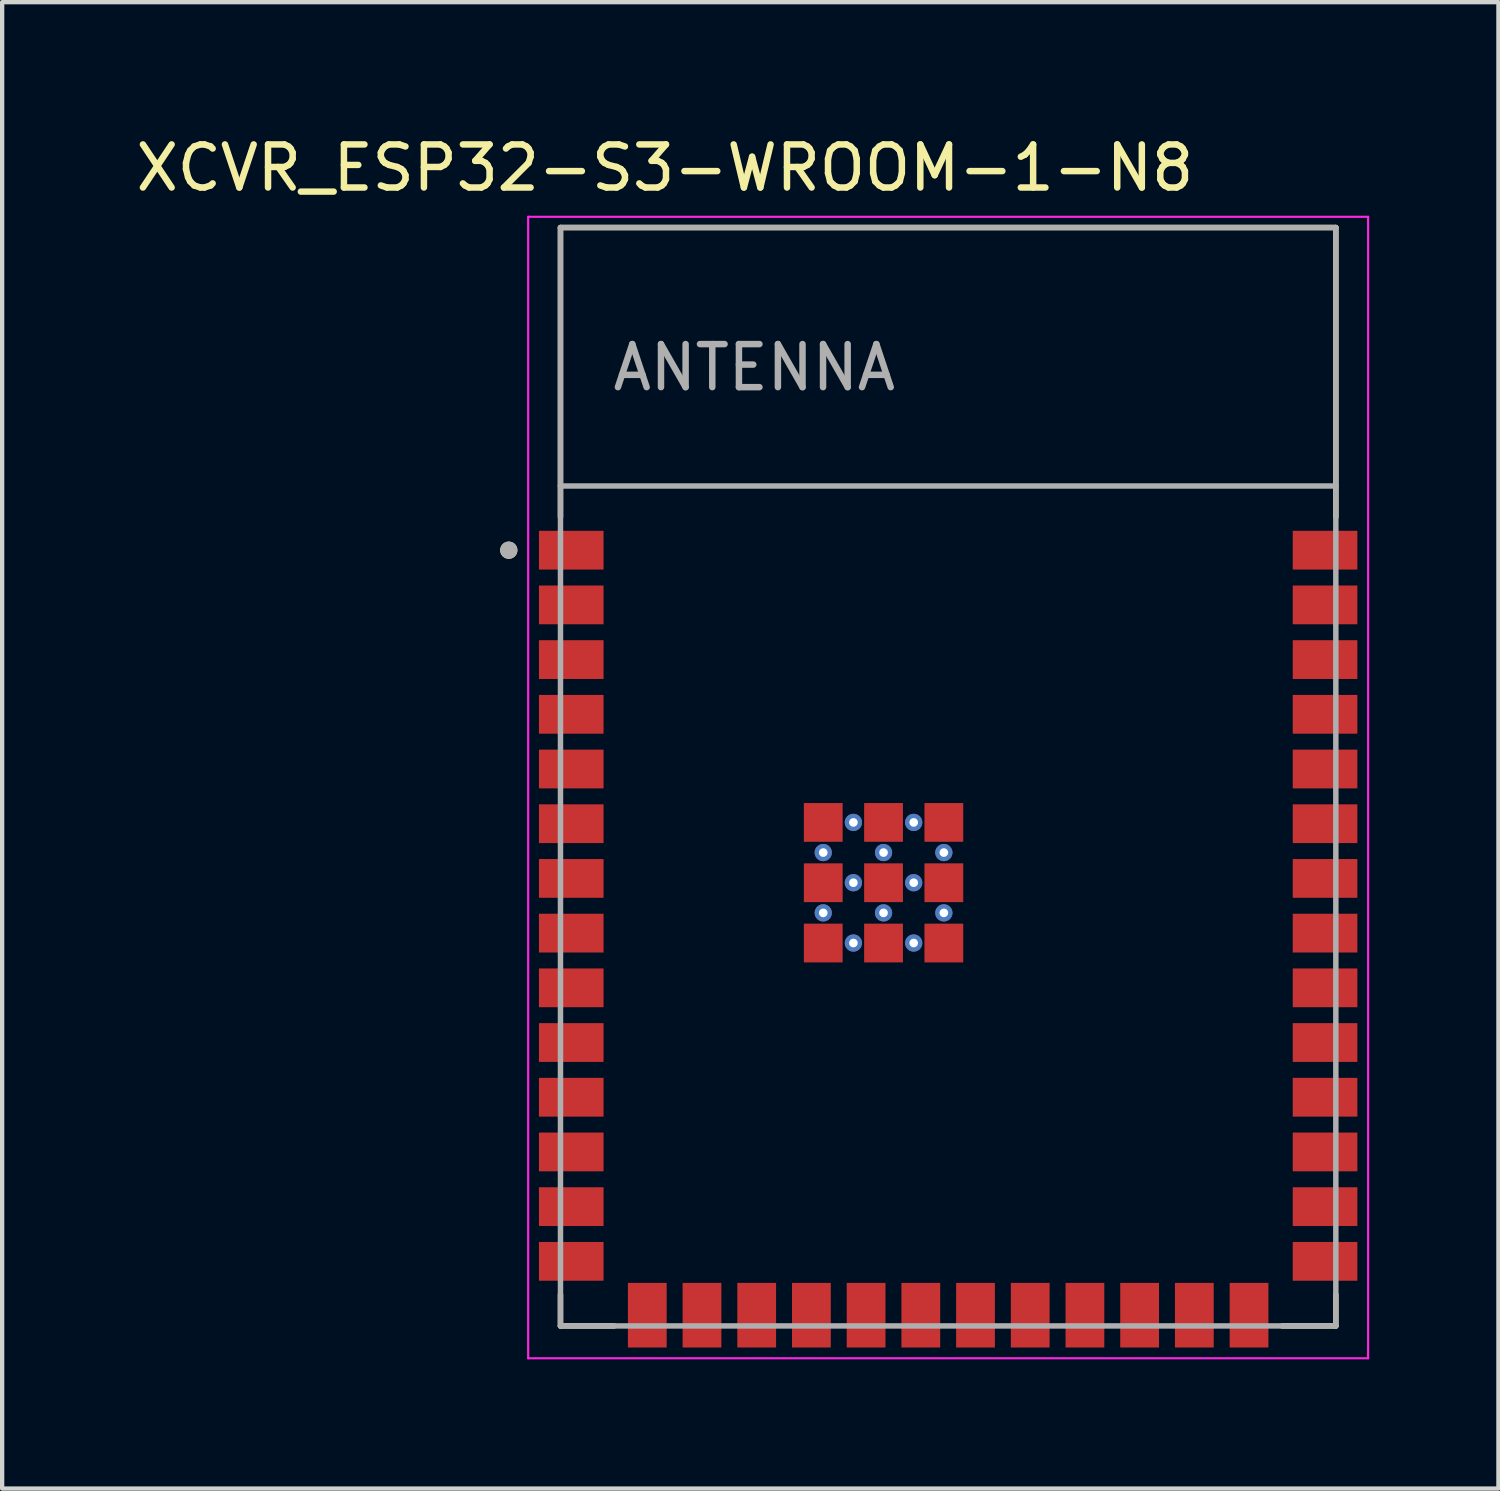
<source format=kicad_pcb>
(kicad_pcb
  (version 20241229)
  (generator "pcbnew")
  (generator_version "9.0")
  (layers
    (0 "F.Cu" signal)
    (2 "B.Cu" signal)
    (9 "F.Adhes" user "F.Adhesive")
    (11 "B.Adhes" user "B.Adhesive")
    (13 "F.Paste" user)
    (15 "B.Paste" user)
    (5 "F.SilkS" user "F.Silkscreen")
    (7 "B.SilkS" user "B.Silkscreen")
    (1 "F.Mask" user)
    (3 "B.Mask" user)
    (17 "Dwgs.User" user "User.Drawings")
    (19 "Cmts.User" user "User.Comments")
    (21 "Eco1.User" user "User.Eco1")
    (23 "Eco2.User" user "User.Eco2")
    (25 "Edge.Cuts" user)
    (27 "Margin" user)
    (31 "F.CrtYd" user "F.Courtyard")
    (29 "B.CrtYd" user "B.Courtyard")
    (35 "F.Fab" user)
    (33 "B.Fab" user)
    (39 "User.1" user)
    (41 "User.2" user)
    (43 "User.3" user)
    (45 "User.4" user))
  (footprint "XCVR_ESP32-S3-WROOM-1-N8"
    (layer "F.Cu")
    (at 18.962 14.983)
    (property "Reference" "XCVR_ESP32-S3-WROOM-1-N8" (at -6.575 -14.135 0) (layer "F.SilkS") (effects (font (size 1 1) (thickness 0.15))))
    (attr smd)
    (fp_line (start -9 -12.75) (end 9 -12.75) (stroke (width 0.127) (type solid)) (layer "F.SilkS"))
    (fp_line (start -9 -6.03) (end -9 -12.75) (stroke (width 0.127) (type solid)) (layer "F.SilkS"))
    (fp_line (start -9 12.02) (end -9 12.75) (stroke (width 0.127) (type solid)) (layer "F.SilkS"))
    (fp_line (start -9 12.75) (end -7.755 12.75) (stroke (width 0.127) (type solid)) (layer "F.SilkS"))
    (fp_line (start 9 -12.75) (end 9 -6.03) (stroke (width 0.127) (type solid)) (layer "F.SilkS"))
    (fp_line (start 9 12.02) (end 9 12.75) (stroke (width 0.127) (type solid)) (layer "F.SilkS"))
    (fp_line (start 9 12.75) (end 7.755 12.75) (stroke (width 0.127) (type solid)) (layer "F.SilkS"))
    (fp_circle (center -10.2 -5.26) (end -10.1 -5.26) (stroke (width 0.2) (type solid)) (fill no) (layer "F.SilkS"))
    (fp_line (start -9.75 -13) (end 9.75 -13) (stroke (width 0.05) (type solid)) (layer "F.CrtYd"))
    (fp_line (start -9.75 13.5) (end -9.75 -13) (stroke (width 0.05) (type solid)) (layer "F.CrtYd"))
    (fp_line (start -9.75 13.5) (end 9.75 13.5) (stroke (width 0.05) (type solid)) (layer "F.CrtYd"))
    (fp_line (start 9.75 -13) (end 9.75 13.5) (stroke (width 0.05) (type solid)) (layer "F.CrtYd"))
    (fp_line (start -9 -12.75) (end 9 -12.75) (stroke (width 0.127) (type solid)) (layer "F.Fab"))
    (fp_line (start -9 -6.75) (end -9 -12.75) (stroke (width 0.127) (type solid)) (layer "F.Fab"))
    (fp_line (start -9 -6.75) (end 9 -6.75) (stroke (width 0.127) (type solid)) (layer "F.Fab"))
    (fp_line (start -9 12.75) (end -9 -6.75) (stroke (width 0.127) (type solid)) (layer "F.Fab"))
    (fp_line (start 9 -12.75) (end 9 -6.75) (stroke (width 0.127) (type solid)) (layer "F.Fab"))
    (fp_line (start 9 -6.75) (end 9 12.75) (stroke (width 0.127) (type solid)) (layer "F.Fab"))
    (fp_line (start 9 12.75) (end -9 12.75) (stroke (width 0.127) (type solid)) (layer "F.Fab"))
    (fp_circle (center -10.2 -5.26) (end -10.1 -5.26) (stroke (width 0.2) (type solid)) (fill no) (layer "F.Fab"))
    (fp_text user "ANTENNA" (at -4.5 -9.5 0) (layer "F.Fab") (effects (font (size 1 1) (thickness 0.15))))
    (pad "1" smd rect (at -8.75 -5.26) (size 1.5 0.9) (layers "F.Cu" "F.Mask" "F.Paste"))
    (pad "2" smd rect (at -8.75 -3.99) (size 1.5 0.9) (layers "F.Cu" "F.Mask" "F.Paste"))
    (pad "3" smd rect (at -8.75 -2.72) (size 1.5 0.9) (layers "F.Cu" "F.Mask" "F.Paste"))
    (pad "4" smd rect (at -8.75 -1.45) (size 1.5 0.9) (layers "F.Cu" "F.Mask" "F.Paste"))
    (pad "5" smd rect (at -8.75 -0.18) (size 1.5 0.9) (layers "F.Cu" "F.Mask" "F.Paste"))
    (pad "6" smd rect (at -8.75 1.09) (size 1.5 0.9) (layers "F.Cu" "F.Mask" "F.Paste"))
    (pad "7" smd rect (at -8.75 2.36) (size 1.5 0.9) (layers "F.Cu" "F.Mask" "F.Paste"))
    (pad "8" smd rect (at -8.75 3.63) (size 1.5 0.9) (layers "F.Cu" "F.Mask" "F.Paste"))
    (pad "9" smd rect (at -8.75 4.9) (size 1.5 0.9) (layers "F.Cu" "F.Mask" "F.Paste"))
    (pad "10" smd rect (at -8.75 6.17) (size 1.5 0.9) (layers "F.Cu" "F.Mask" "F.Paste"))
    (pad "11" smd rect (at -8.75 7.44) (size 1.5 0.9) (layers "F.Cu" "F.Mask" "F.Paste"))
    (pad "12" smd rect (at -8.75 8.71) (size 1.5 0.9) (layers "F.Cu" "F.Mask" "F.Paste"))
    (pad "13" smd rect (at -8.75 9.98) (size 1.5 0.9) (layers "F.Cu" "F.Mask" "F.Paste"))
    (pad "14" smd rect (at -8.75 11.25) (size 1.5 0.9) (layers "F.Cu" "F.Mask" "F.Paste"))
    (pad "15" smd rect (at -6.985 12.5) (size 0.9 1.5) (layers "F.Cu" "F.Mask" "F.Paste"))
    (pad "16" smd rect (at -5.715 12.5) (size 0.9 1.5) (layers "F.Cu" "F.Mask" "F.Paste"))
    (pad "17" smd rect (at -4.445 12.5) (size 0.9 1.5) (layers "F.Cu" "F.Mask" "F.Paste"))
    (pad "18" smd rect (at -3.175 12.5) (size 0.9 1.5) (layers "F.Cu" "F.Mask" "F.Paste"))
    (pad "19" smd rect (at -1.905 12.5) (size 0.9 1.5) (layers "F.Cu" "F.Mask" "F.Paste"))
    (pad "20" smd rect (at -0.635 12.5) (size 0.9 1.5) (layers "F.Cu" "F.Mask" "F.Paste"))
    (pad "21" smd rect (at 0.635 12.5) (size 0.9 1.5) (layers "F.Cu" "F.Mask" "F.Paste"))
    (pad "22" smd rect (at 1.905 12.5) (size 0.9 1.5) (layers "F.Cu" "F.Mask" "F.Paste"))
    (pad "23" smd rect (at 3.175 12.5) (size 0.9 1.5) (layers "F.Cu" "F.Mask" "F.Paste"))
    (pad "24" smd rect (at 4.445 12.5) (size 0.9 1.5) (layers "F.Cu" "F.Mask" "F.Paste"))
    (pad "25" smd rect (at 5.715 12.5) (size 0.9 1.5) (layers "F.Cu" "F.Mask" "F.Paste"))
    (pad "26" smd rect (at 6.985 12.5) (size 0.9 1.5) (layers "F.Cu" "F.Mask" "F.Paste"))
    (pad "27" smd rect (at 8.75 11.25) (size 1.5 0.9) (layers "F.Cu" "F.Mask" "F.Paste"))
    (pad "28" smd rect (at 8.75 9.98) (size 1.5 0.9) (layers "F.Cu" "F.Mask" "F.Paste"))
    (pad "29" smd rect (at 8.75 8.71) (size 1.5 0.9) (layers "F.Cu" "F.Mask" "F.Paste"))
    (pad "30" smd rect (at 8.75 7.44) (size 1.5 0.9) (layers "F.Cu" "F.Mask" "F.Paste"))
    (pad "31" smd rect (at 8.75 6.17) (size 1.5 0.9) (layers "F.Cu" "F.Mask" "F.Paste"))
    (pad "32" smd rect (at 8.75 4.9) (size 1.5 0.9) (layers "F.Cu" "F.Mask" "F.Paste"))
    (pad "33" smd rect (at 8.75 3.63) (size 1.5 0.9) (layers "F.Cu" "F.Mask" "F.Paste"))
    (pad "34" smd rect (at 8.75 2.36) (size 1.5 0.9) (layers "F.Cu" "F.Mask" "F.Paste"))
    (pad "35" smd rect (at 8.75 1.09) (size 1.5 0.9) (layers "F.Cu" "F.Mask" "F.Paste"))
    (pad "36" smd rect (at 8.75 -0.18) (size 1.5 0.9) (layers "F.Cu" "F.Mask" "F.Paste"))
    (pad "37" smd rect (at 8.75 -1.45) (size 1.5 0.9) (layers "F.Cu" "F.Mask" "F.Paste"))
    (pad "38" smd rect (at 8.75 -2.72) (size 1.5 0.9) (layers "F.Cu" "F.Mask" "F.Paste"))
    (pad "39" smd rect (at 8.75 -3.99) (size 1.5 0.9) (layers "F.Cu" "F.Mask" "F.Paste"))
    (pad "40" smd rect (at 8.75 -5.26) (size 1.5 0.9) (layers "F.Cu" "F.Mask" "F.Paste"))
    (pad "41_1" smd rect (at -1.5 2.46) (size 0.9 0.9) (layers "F.Cu" "F.Mask" "F.Paste"))
    (pad "41_2" smd rect (at -2.9 2.46) (size 0.9 0.9) (layers "F.Cu" "F.Mask" "F.Paste"))
    (pad "41_3" smd rect (at -0.1 2.46) (size 0.9 0.9) (layers "F.Cu" "F.Mask" "F.Paste"))
    (pad "41_4" smd rect (at -2.9 3.86) (size 0.9 0.9) (layers "F.Cu" "F.Mask" "F.Paste"))
    (pad "41_5" smd rect (at -1.5 3.86) (size 0.9 0.9) (layers "F.Cu" "F.Mask" "F.Paste"))
    (pad "41_6" smd rect (at -0.1 3.86) (size 0.9 0.9) (layers "F.Cu" "F.Mask" "F.Paste"))
    (pad "41_7" smd rect (at -2.9 1.06) (size 0.9 0.9) (layers "F.Cu" "F.Mask" "F.Paste"))
    (pad "41_8" smd rect (at -1.5 1.06) (size 0.9 0.9) (layers "F.Cu" "F.Mask" "F.Paste"))
    (pad "41_9" smd rect (at -0.1 1.06) (size 0.9 0.9) (layers "F.Cu" "F.Mask" "F.Paste"))
    (pad "41_10" thru_hole circle (at -1.5 1.76) (size 0.4 0.4) (drill 0.2) (layers "*.Cu"))
    (pad "41_11" thru_hole circle (at -2.9 1.76) (size 0.4 0.4) (drill 0.2) (layers "*.Cu"))
    (pad "41_12" thru_hole circle (at -0.1 1.76) (size 0.4 0.4) (drill 0.2) (layers "*.Cu"))
    (pad "41_13" thru_hole circle (at -2.9 3.16) (size 0.4 0.4) (drill 0.2) (layers "*.Cu"))
    (pad "41_14" thru_hole circle (at -1.5 3.16) (size 0.4 0.4) (drill 0.2) (layers "*.Cu"))
    (pad "41_15" thru_hole circle (at -0.1 3.16) (size 0.4 0.4) (drill 0.2) (layers "*.Cu"))
    (pad "41_16" thru_hole circle (at -2.2 1.06) (size 0.4 0.4) (drill 0.2) (layers "*.Cu"))
    (pad "41_17" thru_hole circle (at -0.8 1.06) (size 0.4 0.4) (drill 0.2) (layers "*.Cu"))
    (pad "41_18" thru_hole circle (at -2.2 2.46) (size 0.4 0.4) (drill 0.2) (layers "*.Cu"))
    (pad "41_19" thru_hole circle (at -0.8 2.46) (size 0.4 0.4) (drill 0.2) (layers "*.Cu"))
    (pad "41_20" thru_hole circle (at -2.2 3.86) (size 0.4 0.4) (drill 0.2) (layers "*.Cu"))
    (pad "41_21" thru_hole circle (at -0.8 3.86) (size 0.4 0.4) (drill 0.2) (layers "*.Cu"))
    (zone (net_name "") (layer "F.Cu") (hatch full 0.508) (connect_pads) (min_thickness 0.01) (filled_areas_thickness no) (keepout (tracks not_allowed) (vias not_allowed) (pads not_allowed) (copperpour not_allowed) (footprints allowed)) (placement (enabled no)) (fill) (polygon (pts (xy 9.962 2.233) (xy 27.962 2.233) (xy 27.962 8.233) (xy 9.962 8.233))))
    (zone (net_name "") (layers "F.Cu" "B.Cu") (hatch full 0.508) (connect_pads) (min_thickness 0.01) (filled_areas_thickness no) (keepout (tracks allowed) (vias not_allowed) (pads allowed) (copperpour allowed) (footprints allowed)) (placement (enabled no)) (fill) (polygon (pts (xy 9.962 2.233) (xy 27.962 2.233) (xy 27.962 8.233) (xy 9.962 8.233))))
    (zone (net_name "") (layer "B.Cu") (hatch full 0.508) (connect_pads) (min_thickness 0.01) (filled_areas_thickness no) (keepout (tracks not_allowed) (vias not_allowed) (pads not_allowed) (copperpour not_allowed) (footprints allowed)) (placement (enabled no)) (fill) (polygon (pts (xy 9.962 2.233) (xy 27.962 2.233) (xy 27.962 8.233) (xy 9.962 8.233)))))
  (gr_rect
    (start -3 -3)
    (end 31.737 31.508)
    (stroke (width 0.1) (type default))
    (fill no)
    (layer "Edge.Cuts")))
</source>
